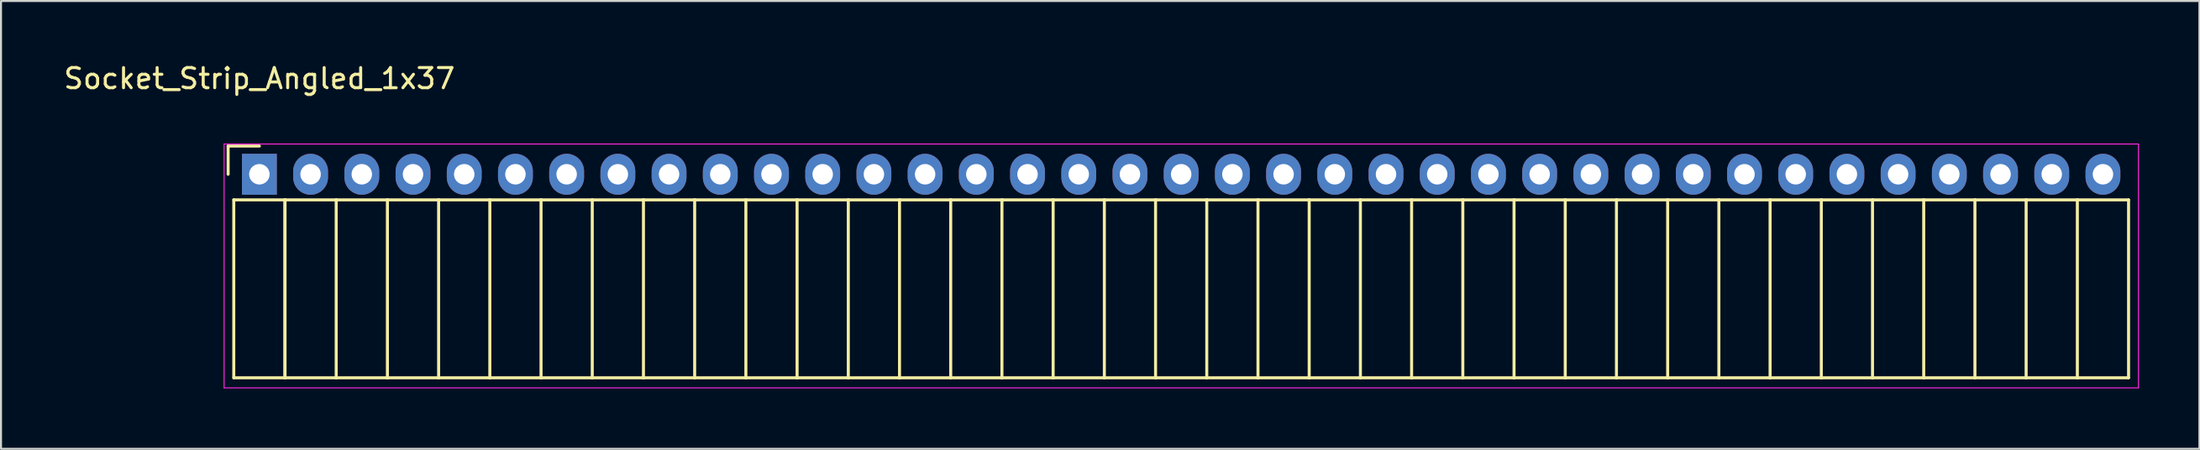
<source format=kicad_pcb>
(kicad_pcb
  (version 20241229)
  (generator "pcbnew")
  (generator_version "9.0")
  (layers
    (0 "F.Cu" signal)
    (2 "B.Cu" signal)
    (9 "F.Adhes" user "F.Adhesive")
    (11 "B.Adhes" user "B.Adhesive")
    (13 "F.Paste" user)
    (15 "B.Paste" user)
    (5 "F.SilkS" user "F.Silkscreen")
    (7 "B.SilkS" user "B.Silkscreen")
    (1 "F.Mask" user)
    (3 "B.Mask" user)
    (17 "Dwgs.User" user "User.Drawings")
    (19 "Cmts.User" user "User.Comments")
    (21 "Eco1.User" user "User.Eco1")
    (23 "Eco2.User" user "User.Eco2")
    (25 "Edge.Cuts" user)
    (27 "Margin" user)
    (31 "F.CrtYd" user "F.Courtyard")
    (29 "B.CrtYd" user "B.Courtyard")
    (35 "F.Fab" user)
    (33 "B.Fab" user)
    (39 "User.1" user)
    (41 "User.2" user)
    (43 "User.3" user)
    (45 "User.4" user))
  (footprint "Socket_Strip_Angled_1x37"
    (layer "F.Cu")
    (at 9.815 5.598)
    (property "Reference" "Socket_Strip_Angled_1x37" (at 0 -4.75 0) (layer "F.SilkS") (effects (font (size 1 1) (thickness 0.15))))
    (attr through_hole)
    (fp_line (start -1.55 -1.4) (end -1.55 0) (stroke (width 0.15) (type solid)) (layer "F.SilkS"))
    (fp_line (start -1.27 1.27) (end -1.27 10.1) (stroke (width 0.15) (type solid)) (layer "F.SilkS"))
    (fp_line (start -1.27 1.27) (end 1.27 1.27) (stroke (width 0.15) (type solid)) (layer "F.SilkS"))
    (fp_line (start -1.27 10.1) (end 1.27 10.1) (stroke (width 0.15) (type solid)) (layer "F.SilkS"))
    (fp_line (start 0 -1.4) (end -1.55 -1.4) (stroke (width 0.15) (type solid)) (layer "F.SilkS"))
    (fp_line (start 1.27 1.27) (end 1.27 10.1) (stroke (width 0.15) (type solid)) (layer "F.SilkS"))
    (fp_line (start 1.27 1.27) (end 3.81 1.27) (stroke (width 0.15) (type solid)) (layer "F.SilkS"))
    (fp_line (start 1.27 10.1) (end 1.27 1.27) (stroke (width 0.15) (type solid)) (layer "F.SilkS"))
    (fp_line (start 1.27 10.1) (end 3.81 10.1) (stroke (width 0.15) (type solid)) (layer "F.SilkS"))
    (fp_line (start 3.81 1.27) (end 6.35 1.27) (stroke (width 0.15) (type solid)) (layer "F.SilkS"))
    (fp_line (start 3.81 10.1) (end 3.81 1.27) (stroke (width 0.15) (type solid)) (layer "F.SilkS"))
    (fp_line (start 3.81 10.1) (end 6.35 10.1) (stroke (width 0.15) (type solid)) (layer "F.SilkS"))
    (fp_line (start 6.35 1.27) (end 8.89 1.27) (stroke (width 0.15) (type solid)) (layer "F.SilkS"))
    (fp_line (start 6.35 10.1) (end 6.35 1.27) (stroke (width 0.15) (type solid)) (layer "F.SilkS"))
    (fp_line (start 6.35 10.1) (end 8.89 10.1) (stroke (width 0.15) (type solid)) (layer "F.SilkS"))
    (fp_line (start 8.89 1.27) (end 11.43 1.27) (stroke (width 0.15) (type solid)) (layer "F.SilkS"))
    (fp_line (start 8.89 10.1) (end 8.89 1.27) (stroke (width 0.15) (type solid)) (layer "F.SilkS"))
    (fp_line (start 8.89 10.1) (end 11.43 10.1) (stroke (width 0.15) (type solid)) (layer "F.SilkS"))
    (fp_line (start 11.43 1.27) (end 13.97 1.27) (stroke (width 0.15) (type solid)) (layer "F.SilkS"))
    (fp_line (start 11.43 10.1) (end 11.43 1.27) (stroke (width 0.15) (type solid)) (layer "F.SilkS"))
    (fp_line (start 11.43 10.1) (end 13.97 10.1) (stroke (width 0.15) (type solid)) (layer "F.SilkS"))
    (fp_line (start 13.97 1.27) (end 16.51 1.27) (stroke (width 0.15) (type solid)) (layer "F.SilkS"))
    (fp_line (start 13.97 10.1) (end 13.97 1.27) (stroke (width 0.15) (type solid)) (layer "F.SilkS"))
    (fp_line (start 13.97 10.1) (end 16.51 10.1) (stroke (width 0.15) (type solid)) (layer "F.SilkS"))
    (fp_line (start 16.51 1.27) (end 19.05 1.27) (stroke (width 0.15) (type solid)) (layer "F.SilkS"))
    (fp_line (start 16.51 10.1) (end 16.51 1.27) (stroke (width 0.15) (type solid)) (layer "F.SilkS"))
    (fp_line (start 16.51 10.1) (end 19.05 10.1) (stroke (width 0.15) (type solid)) (layer "F.SilkS"))
    (fp_line (start 19.05 1.27) (end 21.59 1.27) (stroke (width 0.15) (type solid)) (layer "F.SilkS"))
    (fp_line (start 19.05 10.1) (end 19.05 1.27) (stroke (width 0.15) (type solid)) (layer "F.SilkS"))
    (fp_line (start 19.05 10.1) (end 21.59 10.1) (stroke (width 0.15) (type solid)) (layer "F.SilkS"))
    (fp_line (start 21.59 1.27) (end 24.13 1.27) (stroke (width 0.15) (type solid)) (layer "F.SilkS"))
    (fp_line (start 21.59 10.1) (end 21.59 1.27) (stroke (width 0.15) (type solid)) (layer "F.SilkS"))
    (fp_line (start 21.59 10.1) (end 24.13 10.1) (stroke (width 0.15) (type solid)) (layer "F.SilkS"))
    (fp_line (start 24.13 1.27) (end 26.67 1.27) (stroke (width 0.15) (type solid)) (layer "F.SilkS"))
    (fp_line (start 24.13 10.1) (end 24.13 1.27) (stroke (width 0.15) (type solid)) (layer "F.SilkS"))
    (fp_line (start 24.13 10.1) (end 26.67 10.1) (stroke (width 0.15) (type solid)) (layer "F.SilkS"))
    (fp_line (start 26.67 1.27) (end 29.21 1.27) (stroke (width 0.15) (type solid)) (layer "F.SilkS"))
    (fp_line (start 26.67 10.1) (end 26.67 1.27) (stroke (width 0.15) (type solid)) (layer "F.SilkS"))
    (fp_line (start 26.67 10.1) (end 29.21 10.1) (stroke (width 0.15) (type solid)) (layer "F.SilkS"))
    (fp_line (start 29.21 1.27) (end 31.75 1.27) (stroke (width 0.15) (type solid)) (layer "F.SilkS"))
    (fp_line (start 29.21 10.1) (end 29.21 1.27) (stroke (width 0.15) (type solid)) (layer "F.SilkS"))
    (fp_line (start 29.21 10.1) (end 31.75 10.1) (stroke (width 0.15) (type solid)) (layer "F.SilkS"))
    (fp_line (start 31.75 1.27) (end 34.29 1.27) (stroke (width 0.15) (type solid)) (layer "F.SilkS"))
    (fp_line (start 31.75 10.1) (end 31.75 1.27) (stroke (width 0.15) (type solid)) (layer "F.SilkS"))
    (fp_line (start 31.75 10.1) (end 34.29 10.1) (stroke (width 0.15) (type solid)) (layer "F.SilkS"))
    (fp_line (start 34.29 1.27) (end 36.83 1.27) (stroke (width 0.15) (type solid)) (layer "F.SilkS"))
    (fp_line (start 34.29 10.1) (end 34.29 1.27) (stroke (width 0.15) (type solid)) (layer "F.SilkS"))
    (fp_line (start 34.29 10.1) (end 36.83 10.1) (stroke (width 0.15) (type solid)) (layer "F.SilkS"))
    (fp_line (start 36.83 1.27) (end 39.37 1.27) (stroke (width 0.15) (type solid)) (layer "F.SilkS"))
    (fp_line (start 36.83 10.1) (end 36.83 1.27) (stroke (width 0.15) (type solid)) (layer "F.SilkS"))
    (fp_line (start 36.83 10.1) (end 39.37 10.1) (stroke (width 0.15) (type solid)) (layer "F.SilkS"))
    (fp_line (start 39.37 1.27) (end 41.91 1.27) (stroke (width 0.15) (type solid)) (layer "F.SilkS"))
    (fp_line (start 39.37 10.1) (end 39.37 1.27) (stroke (width 0.15) (type solid)) (layer "F.SilkS"))
    (fp_line (start 39.37 10.1) (end 41.91 10.1) (stroke (width 0.15) (type solid)) (layer "F.SilkS"))
    (fp_line (start 41.91 1.27) (end 44.45 1.27) (stroke (width 0.15) (type solid)) (layer "F.SilkS"))
    (fp_line (start 41.91 10.1) (end 41.91 1.27) (stroke (width 0.15) (type solid)) (layer "F.SilkS"))
    (fp_line (start 41.91 10.1) (end 44.45 10.1) (stroke (width 0.15) (type solid)) (layer "F.SilkS"))
    (fp_line (start 44.45 1.27) (end 46.99 1.27) (stroke (width 0.15) (type solid)) (layer "F.SilkS"))
    (fp_line (start 44.45 10.1) (end 44.45 1.27) (stroke (width 0.15) (type solid)) (layer "F.SilkS"))
    (fp_line (start 44.45 10.1) (end 46.99 10.1) (stroke (width 0.15) (type solid)) (layer "F.SilkS"))
    (fp_line (start 46.99 1.27) (end 49.53 1.27) (stroke (width 0.15) (type solid)) (layer "F.SilkS"))
    (fp_line (start 46.99 10.1) (end 46.99 1.27) (stroke (width 0.15) (type solid)) (layer "F.SilkS"))
    (fp_line (start 46.99 10.1) (end 49.53 10.1) (stroke (width 0.15) (type solid)) (layer "F.SilkS"))
    (fp_line (start 49.53 1.27) (end 52.07 1.27) (stroke (width 0.15) (type solid)) (layer "F.SilkS"))
    (fp_line (start 49.53 10.1) (end 49.53 1.27) (stroke (width 0.15) (type solid)) (layer "F.SilkS"))
    (fp_line (start 49.53 10.1) (end 52.07 10.1) (stroke (width 0.15) (type solid)) (layer "F.SilkS"))
    (fp_line (start 52.07 1.27) (end 54.61 1.27) (stroke (width 0.15) (type solid)) (layer "F.SilkS"))
    (fp_line (start 52.07 10.1) (end 52.07 1.27) (stroke (width 0.15) (type solid)) (layer "F.SilkS"))
    (fp_line (start 52.07 10.1) (end 54.61 10.1) (stroke (width 0.15) (type solid)) (layer "F.SilkS"))
    (fp_line (start 54.61 1.27) (end 57.15 1.27) (stroke (width 0.15) (type solid)) (layer "F.SilkS"))
    (fp_line (start 54.61 10.1) (end 54.61 1.27) (stroke (width 0.15) (type solid)) (layer "F.SilkS"))
    (fp_line (start 54.61 10.1) (end 57.15 10.1) (stroke (width 0.15) (type solid)) (layer "F.SilkS"))
    (fp_line (start 57.15 1.27) (end 59.69 1.27) (stroke (width 0.15) (type solid)) (layer "F.SilkS"))
    (fp_line (start 57.15 10.1) (end 57.15 1.27) (stroke (width 0.15) (type solid)) (layer "F.SilkS"))
    (fp_line (start 57.15 10.1) (end 59.69 10.1) (stroke (width 0.15) (type solid)) (layer "F.SilkS"))
    (fp_line (start 59.69 1.27) (end 62.23 1.27) (stroke (width 0.15) (type solid)) (layer "F.SilkS"))
    (fp_line (start 59.69 10.1) (end 59.69 1.27) (stroke (width 0.15) (type solid)) (layer "F.SilkS"))
    (fp_line (start 59.69 10.1) (end 62.23 10.1) (stroke (width 0.15) (type solid)) (layer "F.SilkS"))
    (fp_line (start 62.23 1.27) (end 64.77 1.27) (stroke (width 0.15) (type solid)) (layer "F.SilkS"))
    (fp_line (start 62.23 10.1) (end 62.23 1.27) (stroke (width 0.15) (type solid)) (layer "F.SilkS"))
    (fp_line (start 62.23 10.1) (end 64.77 10.1) (stroke (width 0.15) (type solid)) (layer "F.SilkS"))
    (fp_line (start 64.77 1.27) (end 67.31 1.27) (stroke (width 0.15) (type solid)) (layer "F.SilkS"))
    (fp_line (start 64.77 10.1) (end 64.77 1.27) (stroke (width 0.15) (type solid)) (layer "F.SilkS"))
    (fp_line (start 64.77 10.1) (end 67.31 10.1) (stroke (width 0.15) (type solid)) (layer "F.SilkS"))
    (fp_line (start 67.31 1.27) (end 69.85 1.27) (stroke (width 0.15) (type solid)) (layer "F.SilkS"))
    (fp_line (start 67.31 10.1) (end 67.31 1.27) (stroke (width 0.15) (type solid)) (layer "F.SilkS"))
    (fp_line (start 67.31 10.1) (end 69.85 10.1) (stroke (width 0.15) (type solid)) (layer "F.SilkS"))
    (fp_line (start 69.85 1.27) (end 72.39 1.27) (stroke (width 0.15) (type solid)) (layer "F.SilkS"))
    (fp_line (start 69.85 10.1) (end 69.85 1.27) (stroke (width 0.15) (type solid)) (layer "F.SilkS"))
    (fp_line (start 69.85 10.1) (end 72.39 10.1) (stroke (width 0.15) (type solid)) (layer "F.SilkS"))
    (fp_line (start 72.39 1.27) (end 74.93 1.27) (stroke (width 0.15) (type solid)) (layer "F.SilkS"))
    (fp_line (start 72.39 10.1) (end 72.39 1.27) (stroke (width 0.15) (type solid)) (layer "F.SilkS"))
    (fp_line (start 72.39 10.1) (end 74.93 10.1) (stroke (width 0.15) (type solid)) (layer "F.SilkS"))
    (fp_line (start 74.93 1.27) (end 77.47 1.27) (stroke (width 0.15) (type solid)) (layer "F.SilkS"))
    (fp_line (start 74.93 10.1) (end 74.93 1.27) (stroke (width 0.15) (type solid)) (layer "F.SilkS"))
    (fp_line (start 74.93 10.1) (end 77.47 10.1) (stroke (width 0.15) (type solid)) (layer "F.SilkS"))
    (fp_line (start 77.47 1.27) (end 80.01 1.27) (stroke (width 0.15) (type solid)) (layer "F.SilkS"))
    (fp_line (start 77.47 10.1) (end 77.47 1.27) (stroke (width 0.15) (type solid)) (layer "F.SilkS"))
    (fp_line (start 77.47 10.1) (end 80.01 10.1) (stroke (width 0.15) (type solid)) (layer "F.SilkS"))
    (fp_line (start 80.01 1.27) (end 82.55 1.27) (stroke (width 0.15) (type solid)) (layer "F.SilkS"))
    (fp_line (start 80.01 10.1) (end 80.01 1.27) (stroke (width 0.15) (type solid)) (layer "F.SilkS"))
    (fp_line (start 80.01 10.1) (end 82.55 10.1) (stroke (width 0.15) (type solid)) (layer "F.SilkS"))
    (fp_line (start 82.55 1.27) (end 85.09 1.27) (stroke (width 0.15) (type solid)) (layer "F.SilkS"))
    (fp_line (start 82.55 10.1) (end 82.55 1.27) (stroke (width 0.15) (type solid)) (layer "F.SilkS"))
    (fp_line (start 82.55 10.1) (end 85.09 10.1) (stroke (width 0.15) (type solid)) (layer "F.SilkS"))
    (fp_line (start 85.09 1.27) (end 87.63 1.27) (stroke (width 0.15) (type solid)) (layer "F.SilkS"))
    (fp_line (start 85.09 10.1) (end 85.09 1.27) (stroke (width 0.15) (type solid)) (layer "F.SilkS"))
    (fp_line (start 85.09 10.1) (end 87.63 10.1) (stroke (width 0.15) (type solid)) (layer "F.SilkS"))
    (fp_line (start 87.63 1.27) (end 90.17 1.27) (stroke (width 0.15) (type solid)) (layer "F.SilkS"))
    (fp_line (start 87.63 10.1) (end 87.63 1.27) (stroke (width 0.15) (type solid)) (layer "F.SilkS"))
    (fp_line (start 87.63 10.1) (end 90.17 10.1) (stroke (width 0.15) (type solid)) (layer "F.SilkS"))
    (fp_line (start 90.17 1.27) (end 92.71 1.27) (stroke (width 0.15) (type solid)) (layer "F.SilkS"))
    (fp_line (start 90.17 10.1) (end 90.17 1.27) (stroke (width 0.15) (type solid)) (layer "F.SilkS"))
    (fp_line (start 90.17 10.1) (end 92.71 10.1) (stroke (width 0.15) (type solid)) (layer "F.SilkS"))
    (fp_line (start 92.71 10.1) (end 92.71 1.27) (stroke (width 0.15) (type solid)) (layer "F.SilkS"))
    (fp_line (start -1.75 -1.5) (end -1.75 10.6) (stroke (width 0.05) (type solid)) (layer "F.CrtYd"))
    (fp_line (start -1.75 -1.5) (end 93.2 -1.5) (stroke (width 0.05) (type solid)) (layer "F.CrtYd"))
    (fp_line (start -1.75 10.6) (end 93.2 10.6) (stroke (width 0.05) (type solid)) (layer "F.CrtYd"))
    (fp_line (start 93.2 -1.5) (end 93.2 10.6) (stroke (width 0.05) (type solid)) (layer "F.CrtYd"))
    (pad "1" thru_hole rect (at 0 0) (size 1.727 2.032) (drill 1.016) (layers "*.Cu" "*.Mask"))
    (pad "2" thru_hole oval (at 2.54 0) (size 1.727 2.032) (drill 1.016) (layers "*.Cu" "*.Mask"))
    (pad "3" thru_hole oval (at 5.08 0) (size 1.727 2.032) (drill 1.016) (layers "*.Cu" "*.Mask"))
    (pad "4" thru_hole oval (at 7.62 0) (size 1.727 2.032) (drill 1.016) (layers "*.Cu" "*.Mask"))
    (pad "5" thru_hole oval (at 10.16 0) (size 1.727 2.032) (drill 1.016) (layers "*.Cu" "*.Mask"))
    (pad "6" thru_hole oval (at 12.7 0) (size 1.727 2.032) (drill 1.016) (layers "*.Cu" "*.Mask"))
    (pad "7" thru_hole oval (at 15.24 0) (size 1.727 2.032) (drill 1.016) (layers "*.Cu" "*.Mask"))
    (pad "8" thru_hole oval (at 17.78 0) (size 1.727 2.032) (drill 1.016) (layers "*.Cu" "*.Mask"))
    (pad "9" thru_hole oval (at 20.32 0) (size 1.727 2.032) (drill 1.016) (layers "*.Cu" "*.Mask"))
    (pad "10" thru_hole oval (at 22.86 0) (size 1.727 2.032) (drill 1.016) (layers "*.Cu" "*.Mask"))
    (pad "11" thru_hole oval (at 25.4 0) (size 1.727 2.032) (drill 1.016) (layers "*.Cu" "*.Mask"))
    (pad "12" thru_hole oval (at 27.94 0) (size 1.727 2.032) (drill 1.016) (layers "*.Cu" "*.Mask"))
    (pad "13" thru_hole oval (at 30.48 0) (size 1.727 2.032) (drill 1.016) (layers "*.Cu" "*.Mask"))
    (pad "14" thru_hole oval (at 33.02 0) (size 1.727 2.032) (drill 1.016) (layers "*.Cu" "*.Mask"))
    (pad "15" thru_hole oval (at 35.56 0) (size 1.727 2.032) (drill 1.016) (layers "*.Cu" "*.Mask"))
    (pad "16" thru_hole oval (at 38.1 0) (size 1.727 2.032) (drill 1.016) (layers "*.Cu" "*.Mask"))
    (pad "17" thru_hole oval (at 40.64 0) (size 1.727 2.032) (drill 1.016) (layers "*.Cu" "*.Mask"))
    (pad "18" thru_hole oval (at 43.18 0) (size 1.727 2.032) (drill 1.016) (layers "*.Cu" "*.Mask"))
    (pad "19" thru_hole oval (at 45.72 0) (size 1.727 2.032) (drill 1.016) (layers "*.Cu" "*.Mask"))
    (pad "20" thru_hole oval (at 48.26 0) (size 1.727 2.032) (drill 1.016) (layers "*.Cu" "*.Mask"))
    (pad "21" thru_hole oval (at 50.8 0) (size 1.727 2.032) (drill 1.016) (layers "*.Cu" "*.Mask"))
    (pad "22" thru_hole oval (at 53.34 0) (size 1.727 2.032) (drill 1.016) (layers "*.Cu" "*.Mask"))
    (pad "23" thru_hole oval (at 55.88 0) (size 1.727 2.032) (drill 1.016) (layers "*.Cu" "*.Mask"))
    (pad "24" thru_hole oval (at 58.42 0) (size 1.727 2.032) (drill 1.016) (layers "*.Cu" "*.Mask"))
    (pad "25" thru_hole oval (at 60.96 0) (size 1.727 2.032) (drill 1.016) (layers "*.Cu" "*.Mask"))
    (pad "26" thru_hole oval (at 63.5 0) (size 1.727 2.032) (drill 1.016) (layers "*.Cu" "*.Mask"))
    (pad "27" thru_hole oval (at 66.04 0) (size 1.727 2.032) (drill 1.016) (layers "*.Cu" "*.Mask"))
    (pad "28" thru_hole oval (at 68.58 0) (size 1.727 2.032) (drill 1.016) (layers "*.Cu" "*.Mask"))
    (pad "29" thru_hole oval (at 71.12 0) (size 1.727 2.032) (drill 1.016) (layers "*.Cu" "*.Mask"))
    (pad "30" thru_hole oval (at 73.66 0) (size 1.727 2.032) (drill 1.016) (layers "*.Cu" "*.Mask"))
    (pad "31" thru_hole oval (at 76.2 0) (size 1.727 2.032) (drill 1.016) (layers "*.Cu" "*.Mask"))
    (pad "32" thru_hole oval (at 78.74 0) (size 1.727 2.032) (drill 1.016) (layers "*.Cu" "*.Mask"))
    (pad "33" thru_hole oval (at 81.28 0) (size 1.727 2.032) (drill 1.016) (layers "*.Cu" "*.Mask"))
    (pad "34" thru_hole oval (at 83.82 0) (size 1.727 2.032) (drill 1.016) (layers "*.Cu" "*.Mask"))
    (pad "35" thru_hole oval (at 86.36 0) (size 1.727 2.032) (drill 1.016) (layers "*.Cu" "*.Mask"))
    (pad "36" thru_hole oval (at 88.9 0) (size 1.727 2.032) (drill 1.016) (layers "*.Cu" "*.Mask"))
    (pad "37" thru_hole oval (at 91.44 0) (size 1.727 2.032) (drill 1.016) (layers "*.Cu" "*.Mask")))
  (gr_rect
    (start -3 -3)
    (end 106.04 19.223)
    (stroke (width 0.1) (type default))
    (fill no)
    (layer "Edge.Cuts")))
</source>
